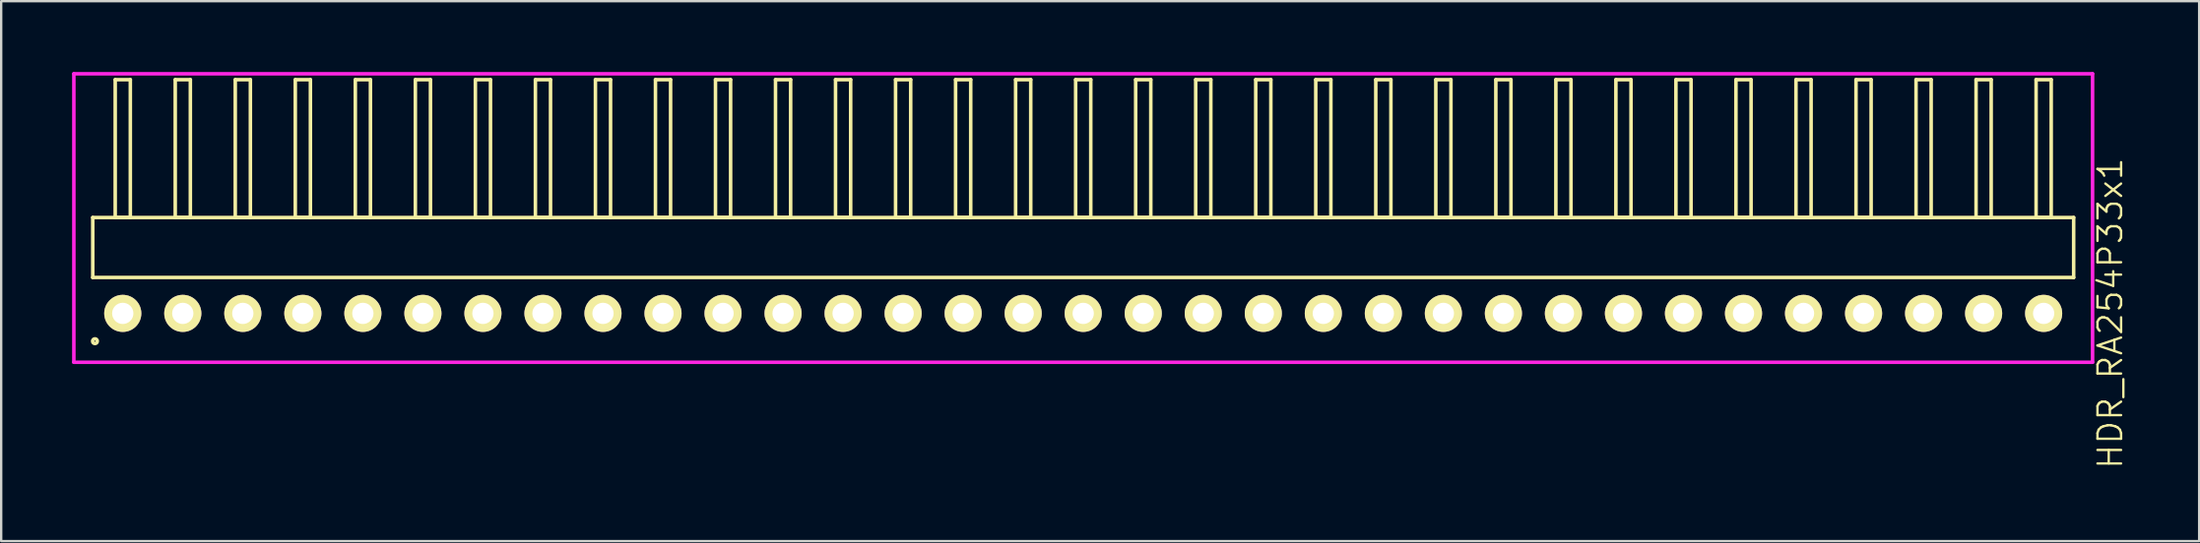
<source format=kicad_pcb>
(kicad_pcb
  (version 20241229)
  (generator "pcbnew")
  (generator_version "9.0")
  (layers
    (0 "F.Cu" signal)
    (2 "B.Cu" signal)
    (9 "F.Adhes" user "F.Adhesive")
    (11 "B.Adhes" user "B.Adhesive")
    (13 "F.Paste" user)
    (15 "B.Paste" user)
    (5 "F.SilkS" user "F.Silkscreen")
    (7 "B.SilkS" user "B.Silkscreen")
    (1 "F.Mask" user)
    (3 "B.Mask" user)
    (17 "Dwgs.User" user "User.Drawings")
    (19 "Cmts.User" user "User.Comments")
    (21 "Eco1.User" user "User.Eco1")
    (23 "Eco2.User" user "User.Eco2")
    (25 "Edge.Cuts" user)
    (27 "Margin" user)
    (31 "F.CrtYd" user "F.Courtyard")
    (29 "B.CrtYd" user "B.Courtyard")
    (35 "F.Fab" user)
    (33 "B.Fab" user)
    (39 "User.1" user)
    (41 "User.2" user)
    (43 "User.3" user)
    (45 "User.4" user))
  (footprint "HDR_RA254P33x1"
    (layer "F.Cu")
    (at 42.785 10.225)
    (property "Reference" "HDR_RA254P33x1" (at 43.46 0 90) (layer "F.SilkS") (effects (font (size 1 1) (thickness 0.1))))
    (attr through_hole)
    (fp_line (start -41.91 -4.06) (end -41.91 -1.52) (stroke (width 0.15) (type solid)) (layer "F.SilkS"))
    (fp_line (start -41.91 -1.52) (end 41.91 -1.52) (stroke (width 0.15) (type solid)) (layer "F.SilkS"))
    (fp_line (start -40.96 -9.9) (end -40.96 -4.06) (stroke (width 0.15) (type solid)) (layer "F.SilkS"))
    (fp_line (start -40.96 -4.06) (end -40.32 -4.06) (stroke (width 0.15) (type solid)) (layer "F.SilkS"))
    (fp_line (start -40.32 -9.9) (end -40.96 -9.9) (stroke (width 0.15) (type solid)) (layer "F.SilkS"))
    (fp_line (start -40.32 -4.06) (end -40.32 -9.9) (stroke (width 0.15) (type solid)) (layer "F.SilkS"))
    (fp_line (start -38.42 -9.9) (end -38.42 -4.06) (stroke (width 0.15) (type solid)) (layer "F.SilkS"))
    (fp_line (start -38.42 -4.06) (end -37.78 -4.06) (stroke (width 0.15) (type solid)) (layer "F.SilkS"))
    (fp_line (start -37.78 -9.9) (end -38.42 -9.9) (stroke (width 0.15) (type solid)) (layer "F.SilkS"))
    (fp_line (start -37.78 -4.06) (end -37.78 -9.9) (stroke (width 0.15) (type solid)) (layer "F.SilkS"))
    (fp_line (start -35.88 -9.9) (end -35.88 -4.06) (stroke (width 0.15) (type solid)) (layer "F.SilkS"))
    (fp_line (start -35.88 -4.06) (end -35.24 -4.06) (stroke (width 0.15) (type solid)) (layer "F.SilkS"))
    (fp_line (start -35.24 -9.9) (end -35.88 -9.9) (stroke (width 0.15) (type solid)) (layer "F.SilkS"))
    (fp_line (start -35.24 -4.06) (end -35.24 -9.9) (stroke (width 0.15) (type solid)) (layer "F.SilkS"))
    (fp_line (start -33.34 -9.9) (end -33.34 -4.06) (stroke (width 0.15) (type solid)) (layer "F.SilkS"))
    (fp_line (start -33.34 -4.06) (end -32.7 -4.06) (stroke (width 0.15) (type solid)) (layer "F.SilkS"))
    (fp_line (start -32.7 -9.9) (end -33.34 -9.9) (stroke (width 0.15) (type solid)) (layer "F.SilkS"))
    (fp_line (start -32.7 -4.06) (end -32.7 -9.9) (stroke (width 0.15) (type solid)) (layer "F.SilkS"))
    (fp_line (start -30.8 -9.9) (end -30.8 -4.06) (stroke (width 0.15) (type solid)) (layer "F.SilkS"))
    (fp_line (start -30.8 -4.06) (end -30.16 -4.06) (stroke (width 0.15) (type solid)) (layer "F.SilkS"))
    (fp_line (start -30.16 -9.9) (end -30.8 -9.9) (stroke (width 0.15) (type solid)) (layer "F.SilkS"))
    (fp_line (start -30.16 -4.06) (end -30.16 -9.9) (stroke (width 0.15) (type solid)) (layer "F.SilkS"))
    (fp_line (start -28.26 -9.9) (end -28.26 -4.06) (stroke (width 0.15) (type solid)) (layer "F.SilkS"))
    (fp_line (start -28.26 -4.06) (end -27.62 -4.06) (stroke (width 0.15) (type solid)) (layer "F.SilkS"))
    (fp_line (start -27.62 -9.9) (end -28.26 -9.9) (stroke (width 0.15) (type solid)) (layer "F.SilkS"))
    (fp_line (start -27.62 -4.06) (end -27.62 -9.9) (stroke (width 0.15) (type solid)) (layer "F.SilkS"))
    (fp_line (start -25.72 -9.9) (end -25.72 -4.06) (stroke (width 0.15) (type solid)) (layer "F.SilkS"))
    (fp_line (start -25.72 -4.06) (end -25.08 -4.06) (stroke (width 0.15) (type solid)) (layer "F.SilkS"))
    (fp_line (start -25.08 -9.9) (end -25.72 -9.9) (stroke (width 0.15) (type solid)) (layer "F.SilkS"))
    (fp_line (start -25.08 -4.06) (end -25.08 -9.9) (stroke (width 0.15) (type solid)) (layer "F.SilkS"))
    (fp_line (start -23.18 -9.9) (end -23.18 -4.06) (stroke (width 0.15) (type solid)) (layer "F.SilkS"))
    (fp_line (start -23.18 -4.06) (end -22.54 -4.06) (stroke (width 0.15) (type solid)) (layer "F.SilkS"))
    (fp_line (start -22.54 -9.9) (end -23.18 -9.9) (stroke (width 0.15) (type solid)) (layer "F.SilkS"))
    (fp_line (start -22.54 -4.06) (end -22.54 -9.9) (stroke (width 0.15) (type solid)) (layer "F.SilkS"))
    (fp_line (start -20.64 -9.9) (end -20.64 -4.06) (stroke (width 0.15) (type solid)) (layer "F.SilkS"))
    (fp_line (start -20.64 -4.06) (end -20 -4.06) (stroke (width 0.15) (type solid)) (layer "F.SilkS"))
    (fp_line (start -20 -9.9) (end -20.64 -9.9) (stroke (width 0.15) (type solid)) (layer "F.SilkS"))
    (fp_line (start -20 -4.06) (end -20 -9.9) (stroke (width 0.15) (type solid)) (layer "F.SilkS"))
    (fp_line (start -18.1 -9.9) (end -18.1 -4.06) (stroke (width 0.15) (type solid)) (layer "F.SilkS"))
    (fp_line (start -18.1 -4.06) (end -17.46 -4.06) (stroke (width 0.15) (type solid)) (layer "F.SilkS"))
    (fp_line (start -17.46 -9.9) (end -18.1 -9.9) (stroke (width 0.15) (type solid)) (layer "F.SilkS"))
    (fp_line (start -17.46 -4.06) (end -17.46 -9.9) (stroke (width 0.15) (type solid)) (layer "F.SilkS"))
    (fp_line (start -15.56 -9.9) (end -15.56 -4.06) (stroke (width 0.15) (type solid)) (layer "F.SilkS"))
    (fp_line (start -15.56 -4.06) (end -14.92 -4.06) (stroke (width 0.15) (type solid)) (layer "F.SilkS"))
    (fp_line (start -14.92 -9.9) (end -15.56 -9.9) (stroke (width 0.15) (type solid)) (layer "F.SilkS"))
    (fp_line (start -14.92 -4.06) (end -14.92 -9.9) (stroke (width 0.15) (type solid)) (layer "F.SilkS"))
    (fp_line (start -13.02 -9.9) (end -13.02 -4.06) (stroke (width 0.15) (type solid)) (layer "F.SilkS"))
    (fp_line (start -13.02 -4.06) (end -12.38 -4.06) (stroke (width 0.15) (type solid)) (layer "F.SilkS"))
    (fp_line (start -12.38 -9.9) (end -13.02 -9.9) (stroke (width 0.15) (type solid)) (layer "F.SilkS"))
    (fp_line (start -12.38 -4.06) (end -12.38 -9.9) (stroke (width 0.15) (type solid)) (layer "F.SilkS"))
    (fp_line (start -10.48 -9.9) (end -10.48 -4.06) (stroke (width 0.15) (type solid)) (layer "F.SilkS"))
    (fp_line (start -10.48 -4.06) (end -9.84 -4.06) (stroke (width 0.15) (type solid)) (layer "F.SilkS"))
    (fp_line (start -9.84 -9.9) (end -10.48 -9.9) (stroke (width 0.15) (type solid)) (layer "F.SilkS"))
    (fp_line (start -9.84 -4.06) (end -9.84 -9.9) (stroke (width 0.15) (type solid)) (layer "F.SilkS"))
    (fp_line (start -7.94 -9.9) (end -7.94 -4.06) (stroke (width 0.15) (type solid)) (layer "F.SilkS"))
    (fp_line (start -7.94 -4.06) (end -7.3 -4.06) (stroke (width 0.15) (type solid)) (layer "F.SilkS"))
    (fp_line (start -7.3 -9.9) (end -7.94 -9.9) (stroke (width 0.15) (type solid)) (layer "F.SilkS"))
    (fp_line (start -7.3 -4.06) (end -7.3 -9.9) (stroke (width 0.15) (type solid)) (layer "F.SilkS"))
    (fp_line (start -5.4 -9.9) (end -5.4 -4.06) (stroke (width 0.15) (type solid)) (layer "F.SilkS"))
    (fp_line (start -5.4 -4.06) (end -4.76 -4.06) (stroke (width 0.15) (type solid)) (layer "F.SilkS"))
    (fp_line (start -4.76 -9.9) (end -5.4 -9.9) (stroke (width 0.15) (type solid)) (layer "F.SilkS"))
    (fp_line (start -4.76 -4.06) (end -4.76 -9.9) (stroke (width 0.15) (type solid)) (layer "F.SilkS"))
    (fp_line (start -2.86 -9.9) (end -2.86 -4.06) (stroke (width 0.15) (type solid)) (layer "F.SilkS"))
    (fp_line (start -2.86 -4.06) (end -2.22 -4.06) (stroke (width 0.15) (type solid)) (layer "F.SilkS"))
    (fp_line (start -2.22 -9.9) (end -2.86 -9.9) (stroke (width 0.15) (type solid)) (layer "F.SilkS"))
    (fp_line (start -2.22 -4.06) (end -2.22 -9.9) (stroke (width 0.15) (type solid)) (layer "F.SilkS"))
    (fp_line (start -0.32 -9.9) (end -0.32 -4.06) (stroke (width 0.15) (type solid)) (layer "F.SilkS"))
    (fp_line (start -0.32 -4.06) (end 0.32 -4.06) (stroke (width 0.15) (type solid)) (layer "F.SilkS"))
    (fp_line (start 0.32 -9.9) (end -0.32 -9.9) (stroke (width 0.15) (type solid)) (layer "F.SilkS"))
    (fp_line (start 0.32 -4.06) (end 0.32 -9.9) (stroke (width 0.15) (type solid)) (layer "F.SilkS"))
    (fp_line (start 2.22 -9.9) (end 2.22 -4.06) (stroke (width 0.15) (type solid)) (layer "F.SilkS"))
    (fp_line (start 2.22 -4.06) (end 2.86 -4.06) (stroke (width 0.15) (type solid)) (layer "F.SilkS"))
    (fp_line (start 2.86 -9.9) (end 2.22 -9.9) (stroke (width 0.15) (type solid)) (layer "F.SilkS"))
    (fp_line (start 2.86 -4.06) (end 2.86 -9.9) (stroke (width 0.15) (type solid)) (layer "F.SilkS"))
    (fp_line (start 4.76 -9.9) (end 4.76 -4.06) (stroke (width 0.15) (type solid)) (layer "F.SilkS"))
    (fp_line (start 4.76 -4.06) (end 5.4 -4.06) (stroke (width 0.15) (type solid)) (layer "F.SilkS"))
    (fp_line (start 5.4 -9.9) (end 4.76 -9.9) (stroke (width 0.15) (type solid)) (layer "F.SilkS"))
    (fp_line (start 5.4 -4.06) (end 5.4 -9.9) (stroke (width 0.15) (type solid)) (layer "F.SilkS"))
    (fp_line (start 7.3 -9.9) (end 7.3 -4.06) (stroke (width 0.15) (type solid)) (layer "F.SilkS"))
    (fp_line (start 7.3 -4.06) (end 7.94 -4.06) (stroke (width 0.15) (type solid)) (layer "F.SilkS"))
    (fp_line (start 7.94 -9.9) (end 7.3 -9.9) (stroke (width 0.15) (type solid)) (layer "F.SilkS"))
    (fp_line (start 7.94 -4.06) (end 7.94 -9.9) (stroke (width 0.15) (type solid)) (layer "F.SilkS"))
    (fp_line (start 9.84 -9.9) (end 9.84 -4.06) (stroke (width 0.15) (type solid)) (layer "F.SilkS"))
    (fp_line (start 9.84 -4.06) (end 10.48 -4.06) (stroke (width 0.15) (type solid)) (layer "F.SilkS"))
    (fp_line (start 10.48 -9.9) (end 9.84 -9.9) (stroke (width 0.15) (type solid)) (layer "F.SilkS"))
    (fp_line (start 10.48 -4.06) (end 10.48 -9.9) (stroke (width 0.15) (type solid)) (layer "F.SilkS"))
    (fp_line (start 12.38 -9.9) (end 12.38 -4.06) (stroke (width 0.15) (type solid)) (layer "F.SilkS"))
    (fp_line (start 12.38 -4.06) (end 13.02 -4.06) (stroke (width 0.15) (type solid)) (layer "F.SilkS"))
    (fp_line (start 13.02 -9.9) (end 12.38 -9.9) (stroke (width 0.15) (type solid)) (layer "F.SilkS"))
    (fp_line (start 13.02 -4.06) (end 13.02 -9.9) (stroke (width 0.15) (type solid)) (layer "F.SilkS"))
    (fp_line (start 14.92 -9.9) (end 14.92 -4.06) (stroke (width 0.15) (type solid)) (layer "F.SilkS"))
    (fp_line (start 14.92 -4.06) (end 15.56 -4.06) (stroke (width 0.15) (type solid)) (layer "F.SilkS"))
    (fp_line (start 15.56 -9.9) (end 14.92 -9.9) (stroke (width 0.15) (type solid)) (layer "F.SilkS"))
    (fp_line (start 15.56 -4.06) (end 15.56 -9.9) (stroke (width 0.15) (type solid)) (layer "F.SilkS"))
    (fp_line (start 17.46 -9.9) (end 17.46 -4.06) (stroke (width 0.15) (type solid)) (layer "F.SilkS"))
    (fp_line (start 17.46 -4.06) (end 18.1 -4.06) (stroke (width 0.15) (type solid)) (layer "F.SilkS"))
    (fp_line (start 18.1 -9.9) (end 17.46 -9.9) (stroke (width 0.15) (type solid)) (layer "F.SilkS"))
    (fp_line (start 18.1 -4.06) (end 18.1 -9.9) (stroke (width 0.15) (type solid)) (layer "F.SilkS"))
    (fp_line (start 20 -9.9) (end 20 -4.06) (stroke (width 0.15) (type solid)) (layer "F.SilkS"))
    (fp_line (start 20 -4.06) (end 20.64 -4.06) (stroke (width 0.15) (type solid)) (layer "F.SilkS"))
    (fp_line (start 20.64 -9.9) (end 20 -9.9) (stroke (width 0.15) (type solid)) (layer "F.SilkS"))
    (fp_line (start 20.64 -4.06) (end 20.64 -9.9) (stroke (width 0.15) (type solid)) (layer "F.SilkS"))
    (fp_line (start 22.54 -9.9) (end 22.54 -4.06) (stroke (width 0.15) (type solid)) (layer "F.SilkS"))
    (fp_line (start 22.54 -4.06) (end 23.18 -4.06) (stroke (width 0.15) (type solid)) (layer "F.SilkS"))
    (fp_line (start 23.18 -9.9) (end 22.54 -9.9) (stroke (width 0.15) (type solid)) (layer "F.SilkS"))
    (fp_line (start 23.18 -4.06) (end 23.18 -9.9) (stroke (width 0.15) (type solid)) (layer "F.SilkS"))
    (fp_line (start 25.08 -9.9) (end 25.08 -4.06) (stroke (width 0.15) (type solid)) (layer "F.SilkS"))
    (fp_line (start 25.08 -4.06) (end 25.72 -4.06) (stroke (width 0.15) (type solid)) (layer "F.SilkS"))
    (fp_line (start 25.72 -9.9) (end 25.08 -9.9) (stroke (width 0.15) (type solid)) (layer "F.SilkS"))
    (fp_line (start 25.72 -4.06) (end 25.72 -9.9) (stroke (width 0.15) (type solid)) (layer "F.SilkS"))
    (fp_line (start 27.62 -9.9) (end 27.62 -4.06) (stroke (width 0.15) (type solid)) (layer "F.SilkS"))
    (fp_line (start 27.62 -4.06) (end 28.26 -4.06) (stroke (width 0.15) (type solid)) (layer "F.SilkS"))
    (fp_line (start 28.26 -9.9) (end 27.62 -9.9) (stroke (width 0.15) (type solid)) (layer "F.SilkS"))
    (fp_line (start 28.26 -4.06) (end 28.26 -9.9) (stroke (width 0.15) (type solid)) (layer "F.SilkS"))
    (fp_line (start 30.16 -9.9) (end 30.16 -4.06) (stroke (width 0.15) (type solid)) (layer "F.SilkS"))
    (fp_line (start 30.16 -4.06) (end 30.8 -4.06) (stroke (width 0.15) (type solid)) (layer "F.SilkS"))
    (fp_line (start 30.8 -9.9) (end 30.16 -9.9) (stroke (width 0.15) (type solid)) (layer "F.SilkS"))
    (fp_line (start 30.8 -4.06) (end 30.8 -9.9) (stroke (width 0.15) (type solid)) (layer "F.SilkS"))
    (fp_line (start 32.7 -9.9) (end 32.7 -4.06) (stroke (width 0.15) (type solid)) (layer "F.SilkS"))
    (fp_line (start 32.7 -4.06) (end 33.34 -4.06) (stroke (width 0.15) (type solid)) (layer "F.SilkS"))
    (fp_line (start 33.34 -9.9) (end 32.7 -9.9) (stroke (width 0.15) (type solid)) (layer "F.SilkS"))
    (fp_line (start 33.34 -4.06) (end 33.34 -9.9) (stroke (width 0.15) (type solid)) (layer "F.SilkS"))
    (fp_line (start 35.24 -9.9) (end 35.24 -4.06) (stroke (width 0.15) (type solid)) (layer "F.SilkS"))
    (fp_line (start 35.24 -4.06) (end 35.88 -4.06) (stroke (width 0.15) (type solid)) (layer "F.SilkS"))
    (fp_line (start 35.88 -9.9) (end 35.24 -9.9) (stroke (width 0.15) (type solid)) (layer "F.SilkS"))
    (fp_line (start 35.88 -4.06) (end 35.88 -9.9) (stroke (width 0.15) (type solid)) (layer "F.SilkS"))
    (fp_line (start 37.78 -9.9) (end 37.78 -4.06) (stroke (width 0.15) (type solid)) (layer "F.SilkS"))
    (fp_line (start 37.78 -4.06) (end 38.42 -4.06) (stroke (width 0.15) (type solid)) (layer "F.SilkS"))
    (fp_line (start 38.42 -9.9) (end 37.78 -9.9) (stroke (width 0.15) (type solid)) (layer "F.SilkS"))
    (fp_line (start 38.42 -4.06) (end 38.42 -9.9) (stroke (width 0.15) (type solid)) (layer "F.SilkS"))
    (fp_line (start 40.32 -9.9) (end 40.32 -4.06) (stroke (width 0.15) (type solid)) (layer "F.SilkS"))
    (fp_line (start 40.32 -4.06) (end 40.96 -4.06) (stroke (width 0.15) (type solid)) (layer "F.SilkS"))
    (fp_line (start 40.96 -9.9) (end 40.32 -9.9) (stroke (width 0.15) (type solid)) (layer "F.SilkS"))
    (fp_line (start 40.96 -4.06) (end 40.96 -9.9) (stroke (width 0.15) (type solid)) (layer "F.SilkS"))
    (fp_line (start 41.91 -4.06) (end -41.91 -4.06) (stroke (width 0.15) (type solid)) (layer "F.SilkS"))
    (fp_line (start 41.91 -1.52) (end 41.91 -4.06) (stroke (width 0.15) (type solid)) (layer "F.SilkS"))
    (fp_circle (center -41.817 1.178) (end -41.717 1.178) (stroke (width 0.15) (type solid)) (fill no) (layer "F.SilkS"))
    (fp_line (start -42.71 -10.15) (end -42.71 2.07) (stroke (width 0.15) (type solid)) (layer "F.CrtYd"))
    (fp_line (start -42.71 2.07) (end 42.71 2.07) (stroke (width 0.15) (type solid)) (layer "F.CrtYd"))
    (fp_line (start 42.71 -10.15) (end -42.71 -10.15) (stroke (width 0.15) (type solid)) (layer "F.CrtYd"))
    (fp_line (start 42.71 2.07) (end 42.71 -10.15) (stroke (width 0.15) (type solid)) (layer "F.CrtYd"))
    (pad "1" thru_hole oval (at -40.64 0) (size 1.57 1.57) (drill 0.9) (layers "*.Cu" "*.Mask" "F.SilkS"))
    (pad "2" thru_hole oval (at -38.1 0) (size 1.57 1.57) (drill 0.9) (layers "*.Cu" "*.Mask" "F.SilkS"))
    (pad "3" thru_hole oval (at -35.56 0) (size 1.57 1.57) (drill 0.9) (layers "*.Cu" "*.Mask" "F.SilkS"))
    (pad "4" thru_hole oval (at -33.02 0) (size 1.57 1.57) (drill 0.9) (layers "*.Cu" "*.Mask" "F.SilkS"))
    (pad "5" thru_hole oval (at -30.48 0) (size 1.57 1.57) (drill 0.9) (layers "*.Cu" "*.Mask" "F.SilkS"))
    (pad "6" thru_hole oval (at -27.94 0) (size 1.57 1.57) (drill 0.9) (layers "*.Cu" "*.Mask" "F.SilkS"))
    (pad "7" thru_hole oval (at -25.4 0) (size 1.57 1.57) (drill 0.9) (layers "*.Cu" "*.Mask" "F.SilkS"))
    (pad "8" thru_hole oval (at -22.86 0) (size 1.57 1.57) (drill 0.9) (layers "*.Cu" "*.Mask" "F.SilkS"))
    (pad "9" thru_hole oval (at -20.32 0) (size 1.57 1.57) (drill 0.9) (layers "*.Cu" "*.Mask" "F.SilkS"))
    (pad "10" thru_hole oval (at -17.78 0) (size 1.57 1.57) (drill 0.9) (layers "*.Cu" "*.Mask" "F.SilkS"))
    (pad "11" thru_hole oval (at -15.24 0) (size 1.57 1.57) (drill 0.9) (layers "*.Cu" "*.Mask" "F.SilkS"))
    (pad "12" thru_hole oval (at -12.7 0) (size 1.57 1.57) (drill 0.9) (layers "*.Cu" "*.Mask" "F.SilkS"))
    (pad "13" thru_hole oval (at -10.16 0) (size 1.57 1.57) (drill 0.9) (layers "*.Cu" "*.Mask" "F.SilkS"))
    (pad "14" thru_hole oval (at -7.62 0) (size 1.57 1.57) (drill 0.9) (layers "*.Cu" "*.Mask" "F.SilkS"))
    (pad "15" thru_hole oval (at -5.08 0) (size 1.57 1.57) (drill 0.9) (layers "*.Cu" "*.Mask" "F.SilkS"))
    (pad "16" thru_hole oval (at -2.54 0) (size 1.57 1.57) (drill 0.9) (layers "*.Cu" "*.Mask" "F.SilkS"))
    (pad "17" thru_hole oval (at 0 0) (size 1.57 1.57) (drill 0.9) (layers "*.Cu" "*.Mask" "F.SilkS"))
    (pad "18" thru_hole oval (at 2.54 0) (size 1.57 1.57) (drill 0.9) (layers "*.Cu" "*.Mask" "F.SilkS"))
    (pad "19" thru_hole oval (at 5.08 0) (size 1.57 1.57) (drill 0.9) (layers "*.Cu" "*.Mask" "F.SilkS"))
    (pad "20" thru_hole oval (at 7.62 0) (size 1.57 1.57) (drill 0.9) (layers "*.Cu" "*.Mask" "F.SilkS"))
    (pad "21" thru_hole oval (at 10.16 0) (size 1.57 1.57) (drill 0.9) (layers "*.Cu" "*.Mask" "F.SilkS"))
    (pad "22" thru_hole oval (at 12.7 0) (size 1.57 1.57) (drill 0.9) (layers "*.Cu" "*.Mask" "F.SilkS"))
    (pad "23" thru_hole oval (at 15.24 0) (size 1.57 1.57) (drill 0.9) (layers "*.Cu" "*.Mask" "F.SilkS"))
    (pad "24" thru_hole oval (at 17.78 0) (size 1.57 1.57) (drill 0.9) (layers "*.Cu" "*.Mask" "F.SilkS"))
    (pad "25" thru_hole oval (at 20.32 0) (size 1.57 1.57) (drill 0.9) (layers "*.Cu" "*.Mask" "F.SilkS"))
    (pad "26" thru_hole oval (at 22.86 0) (size 1.57 1.57) (drill 0.9) (layers "*.Cu" "*.Mask" "F.SilkS"))
    (pad "27" thru_hole oval (at 25.4 0) (size 1.57 1.57) (drill 0.9) (layers "*.Cu" "*.Mask" "F.SilkS"))
    (pad "28" thru_hole oval (at 27.94 0) (size 1.57 1.57) (drill 0.9) (layers "*.Cu" "*.Mask" "F.SilkS"))
    (pad "29" thru_hole oval (at 30.48 0) (size 1.57 1.57) (drill 0.9) (layers "*.Cu" "*.Mask" "F.SilkS"))
    (pad "30" thru_hole oval (at 33.02 0) (size 1.57 1.57) (drill 0.9) (layers "*.Cu" "*.Mask" "F.SilkS"))
    (pad "31" thru_hole oval (at 35.56 0) (size 1.57 1.57) (drill 0.9) (layers "*.Cu" "*.Mask" "F.SilkS"))
    (pad "32" thru_hole oval (at 38.1 0) (size 1.57 1.57) (drill 0.9) (layers "*.Cu" "*.Mask" "F.SilkS"))
    (pad "33" thru_hole oval (at 40.64 0) (size 1.57 1.57) (drill 0.9) (layers "*.Cu" "*.Mask" "F.SilkS")))
  (gr_rect
    (start -3 -3)
    (end 90.005 19.87)
    (stroke (width 0.1) (type default))
    (fill no)
    (layer "Edge.Cuts")))
</source>
